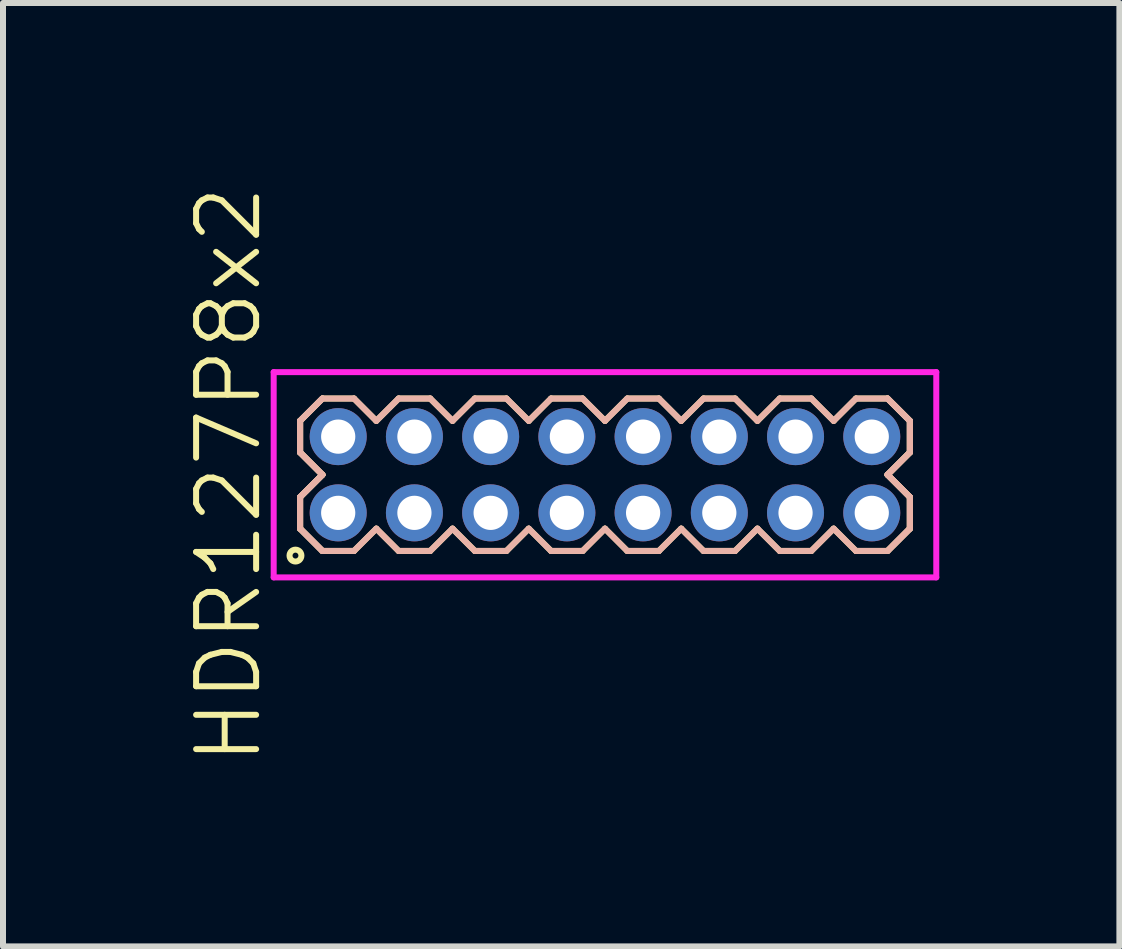
<source format=kicad_pcb>
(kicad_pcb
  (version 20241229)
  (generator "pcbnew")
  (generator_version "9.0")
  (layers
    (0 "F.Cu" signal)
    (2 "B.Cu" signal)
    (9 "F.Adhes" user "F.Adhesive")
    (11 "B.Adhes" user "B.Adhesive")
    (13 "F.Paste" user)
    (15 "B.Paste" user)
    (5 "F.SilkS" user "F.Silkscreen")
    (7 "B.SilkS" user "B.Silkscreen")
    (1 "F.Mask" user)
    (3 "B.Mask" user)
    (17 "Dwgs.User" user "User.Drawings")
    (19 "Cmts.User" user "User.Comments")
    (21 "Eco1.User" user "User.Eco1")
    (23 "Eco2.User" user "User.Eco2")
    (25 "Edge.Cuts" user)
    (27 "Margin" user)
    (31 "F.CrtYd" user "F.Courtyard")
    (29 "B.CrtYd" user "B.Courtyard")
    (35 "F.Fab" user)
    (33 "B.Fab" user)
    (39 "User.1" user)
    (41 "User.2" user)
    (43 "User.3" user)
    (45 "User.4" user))
  (footprint "HDR127P8x2"
    (layer "F.Cu")
    (at 7.03 4.86)
    (property "Reference" "HDR127P8x2" (at -6.27 0 90) (layer "F.SilkS") (effects (font (size 1 1) (thickness 0.1))))
    (attr through_hole)
    (fp_line (start -5.08 -0.898) (end -4.708 -1.27) (stroke (width 0.1) (type solid)) (layer "F.SilkS"))
    (fp_line (start -5.08 -0.898) (end -4.708 -1.27) (stroke (width 0.1) (type solid)) (layer "F.SilkS"))
    (fp_line (start -5.08 -0.372) (end -5.08 -0.898) (stroke (width 0.1) (type solid)) (layer "F.SilkS"))
    (fp_line (start -5.08 -0.372) (end -5.08 -0.898) (stroke (width 0.1) (type solid)) (layer "F.SilkS"))
    (fp_line (start -5.08 0.372) (end -4.708 0) (stroke (width 0.1) (type solid)) (layer "F.SilkS"))
    (fp_line (start -5.08 0.372) (end -4.708 0) (stroke (width 0.1) (type solid)) (layer "F.SilkS"))
    (fp_line (start -5.08 0.898) (end -5.08 0.372) (stroke (width 0.1) (type solid)) (layer "F.SilkS"))
    (fp_line (start -5.08 0.898) (end -5.08 0.372) (stroke (width 0.1) (type solid)) (layer "F.SilkS"))
    (fp_line (start -4.708 -1.27) (end -4.182 -1.27) (stroke (width 0.1) (type solid)) (layer "F.SilkS"))
    (fp_line (start -4.708 0) (end -5.08 -0.372) (stroke (width 0.1) (type solid)) (layer "F.SilkS"))
    (fp_line (start -4.708 0) (end -5.08 -0.372) (stroke (width 0.1) (type solid)) (layer "F.SilkS"))
    (fp_line (start -4.708 1.27) (end -5.08 0.898) (stroke (width 0.1) (type solid)) (layer "F.SilkS"))
    (fp_line (start -4.708 1.27) (end -5.08 0.898) (stroke (width 0.1) (type solid)) (layer "F.SilkS"))
    (fp_line (start -4.182 -1.27) (end -3.81 -0.898) (stroke (width 0.1) (type solid)) (layer "F.SilkS"))
    (fp_line (start -4.182 1.27) (end -4.708 1.27) (stroke (width 0.1) (type solid)) (layer "F.SilkS"))
    (fp_line (start -3.81 -0.898) (end -3.438 -1.27) (stroke (width 0.1) (type solid)) (layer "F.SilkS"))
    (fp_line (start -3.81 0.898) (end -4.182 1.27) (stroke (width 0.1) (type solid)) (layer "F.SilkS"))
    (fp_line (start -3.438 -1.27) (end -2.912 -1.27) (stroke (width 0.1) (type solid)) (layer "F.SilkS"))
    (fp_line (start -3.438 1.27) (end -3.81 0.898) (stroke (width 0.1) (type solid)) (layer "F.SilkS"))
    (fp_line (start -2.912 -1.27) (end -2.54 -0.898) (stroke (width 0.1) (type solid)) (layer "F.SilkS"))
    (fp_line (start -2.912 1.27) (end -3.438 1.27) (stroke (width 0.1) (type solid)) (layer "F.SilkS"))
    (fp_line (start -2.54 -0.898) (end -2.168 -1.27) (stroke (width 0.1) (type solid)) (layer "F.SilkS"))
    (fp_line (start -2.54 0.898) (end -2.912 1.27) (stroke (width 0.1) (type solid)) (layer "F.SilkS"))
    (fp_line (start -2.168 -1.27) (end -1.642 -1.27) (stroke (width 0.1) (type solid)) (layer "F.SilkS"))
    (fp_line (start -2.168 1.27) (end -2.54 0.898) (stroke (width 0.1) (type solid)) (layer "F.SilkS"))
    (fp_line (start -1.642 -1.27) (end -1.27 -0.898) (stroke (width 0.1) (type solid)) (layer "F.SilkS"))
    (fp_line (start -1.642 1.27) (end -2.168 1.27) (stroke (width 0.1) (type solid)) (layer "F.SilkS"))
    (fp_line (start -1.27 -0.898) (end -0.898 -1.27) (stroke (width 0.1) (type solid)) (layer "F.SilkS"))
    (fp_line (start -1.27 0.898) (end -1.642 1.27) (stroke (width 0.1) (type solid)) (layer "F.SilkS"))
    (fp_line (start -0.898 -1.27) (end -0.372 -1.27) (stroke (width 0.1) (type solid)) (layer "F.SilkS"))
    (fp_line (start -0.898 1.27) (end -1.27 0.898) (stroke (width 0.1) (type solid)) (layer "F.SilkS"))
    (fp_line (start -0.372 -1.27) (end 0 -0.898) (stroke (width 0.1) (type solid)) (layer "F.SilkS"))
    (fp_line (start -0.372 1.27) (end -0.898 1.27) (stroke (width 0.1) (type solid)) (layer "F.SilkS"))
    (fp_line (start 0 -0.898) (end 0.372 -1.27) (stroke (width 0.1) (type solid)) (layer "F.SilkS"))
    (fp_line (start 0 0.898) (end -0.372 1.27) (stroke (width 0.1) (type solid)) (layer "F.SilkS"))
    (fp_line (start 0.372 -1.27) (end 0.898 -1.27) (stroke (width 0.1) (type solid)) (layer "F.SilkS"))
    (fp_line (start 0.372 1.27) (end 0 0.898) (stroke (width 0.1) (type solid)) (layer "F.SilkS"))
    (fp_line (start 0.898 -1.27) (end 1.27 -0.898) (stroke (width 0.1) (type solid)) (layer "F.SilkS"))
    (fp_line (start 0.898 1.27) (end 0.372 1.27) (stroke (width 0.1) (type solid)) (layer "F.SilkS"))
    (fp_line (start 1.27 -0.898) (end 1.642 -1.27) (stroke (width 0.1) (type solid)) (layer "F.SilkS"))
    (fp_line (start 1.27 0.898) (end 0.898 1.27) (stroke (width 0.1) (type solid)) (layer "F.SilkS"))
    (fp_line (start 1.642 -1.27) (end 2.168 -1.27) (stroke (width 0.1) (type solid)) (layer "F.SilkS"))
    (fp_line (start 1.642 1.27) (end 1.27 0.898) (stroke (width 0.1) (type solid)) (layer "F.SilkS"))
    (fp_line (start 2.168 -1.27) (end 2.54 -0.898) (stroke (width 0.1) (type solid)) (layer "F.SilkS"))
    (fp_line (start 2.168 1.27) (end 1.642 1.27) (stroke (width 0.1) (type solid)) (layer "F.SilkS"))
    (fp_line (start 2.54 -0.898) (end 2.912 -1.27) (stroke (width 0.1) (type solid)) (layer "F.SilkS"))
    (fp_line (start 2.54 0.898) (end 2.168 1.27) (stroke (width 0.1) (type solid)) (layer "F.SilkS"))
    (fp_line (start 2.912 -1.27) (end 3.438 -1.27) (stroke (width 0.1) (type solid)) (layer "F.SilkS"))
    (fp_line (start 2.912 1.27) (end 2.54 0.898) (stroke (width 0.1) (type solid)) (layer "F.SilkS"))
    (fp_line (start 3.438 -1.27) (end 3.81 -0.898) (stroke (width 0.1) (type solid)) (layer "F.SilkS"))
    (fp_line (start 3.438 1.27) (end 2.912 1.27) (stroke (width 0.1) (type solid)) (layer "F.SilkS"))
    (fp_line (start 3.81 -0.898) (end 4.182 -1.27) (stroke (width 0.1) (type solid)) (layer "F.SilkS"))
    (fp_line (start 3.81 0.898) (end 3.438 1.27) (stroke (width 0.1) (type solid)) (layer "F.SilkS"))
    (fp_line (start 4.182 -1.27) (end 4.708 -1.27) (stroke (width 0.1) (type solid)) (layer "F.SilkS"))
    (fp_line (start 4.182 1.27) (end 3.81 0.898) (stroke (width 0.1) (type solid)) (layer "F.SilkS"))
    (fp_line (start 4.708 -1.27) (end 5.08 -0.898) (stroke (width 0.1) (type solid)) (layer "F.SilkS"))
    (fp_line (start 4.708 -1.27) (end 5.08 -0.898) (stroke (width 0.1) (type solid)) (layer "F.SilkS"))
    (fp_line (start 4.708 0) (end 5.08 0.372) (stroke (width 0.1) (type solid)) (layer "F.SilkS"))
    (fp_line (start 4.708 0) (end 5.08 0.372) (stroke (width 0.1) (type solid)) (layer "F.SilkS"))
    (fp_line (start 4.708 1.27) (end 4.182 1.27) (stroke (width 0.1) (type solid)) (layer "F.SilkS"))
    (fp_line (start 5.08 -0.898) (end 5.08 -0.372) (stroke (width 0.1) (type solid)) (layer "F.SilkS"))
    (fp_line (start 5.08 -0.898) (end 5.08 -0.372) (stroke (width 0.1) (type solid)) (layer "F.SilkS"))
    (fp_line (start 5.08 -0.372) (end 4.708 0) (stroke (width 0.1) (type solid)) (layer "F.SilkS"))
    (fp_line (start 5.08 -0.372) (end 4.708 0) (stroke (width 0.1) (type solid)) (layer "F.SilkS"))
    (fp_line (start 5.08 0.372) (end 5.08 0.898) (stroke (width 0.1) (type solid)) (layer "F.SilkS"))
    (fp_line (start 5.08 0.372) (end 5.08 0.898) (stroke (width 0.1) (type solid)) (layer "F.SilkS"))
    (fp_line (start 5.08 0.898) (end 4.708 1.27) (stroke (width 0.1) (type solid)) (layer "F.SilkS"))
    (fp_line (start 5.08 0.898) (end 4.708 1.27) (stroke (width 0.1) (type solid)) (layer "F.SilkS"))
    (fp_circle (center -5.157 1.347) (end -5.058 1.347) (stroke (width 0.1) (type solid)) (fill no) (layer "F.SilkS"))
    (fp_line (start -5.08 -0.898) (end -4.708 -1.27) (stroke (width 0.1) (type solid)) (layer "B.SilkS"))
    (fp_line (start -5.08 -0.898) (end -4.708 -1.27) (stroke (width 0.1) (type solid)) (layer "B.SilkS"))
    (fp_line (start -5.08 -0.372) (end -5.08 -0.898) (stroke (width 0.1) (type solid)) (layer "B.SilkS"))
    (fp_line (start -5.08 -0.372) (end -5.08 -0.898) (stroke (width 0.1) (type solid)) (layer "B.SilkS"))
    (fp_line (start -5.08 0.372) (end -4.708 0) (stroke (width 0.1) (type solid)) (layer "B.SilkS"))
    (fp_line (start -5.08 0.372) (end -4.708 0) (stroke (width 0.1) (type solid)) (layer "B.SilkS"))
    (fp_line (start -5.08 0.898) (end -5.08 0.372) (stroke (width 0.1) (type solid)) (layer "B.SilkS"))
    (fp_line (start -5.08 0.898) (end -5.08 0.372) (stroke (width 0.1) (type solid)) (layer "B.SilkS"))
    (fp_line (start -4.708 -1.27) (end -4.182 -1.27) (stroke (width 0.1) (type solid)) (layer "B.SilkS"))
    (fp_line (start -4.708 0) (end -5.08 -0.372) (stroke (width 0.1) (type solid)) (layer "B.SilkS"))
    (fp_line (start -4.708 0) (end -5.08 -0.372) (stroke (width 0.1) (type solid)) (layer "B.SilkS"))
    (fp_line (start -4.708 1.27) (end -5.08 0.898) (stroke (width 0.1) (type solid)) (layer "B.SilkS"))
    (fp_line (start -4.708 1.27) (end -5.08 0.898) (stroke (width 0.1) (type solid)) (layer "B.SilkS"))
    (fp_line (start -4.182 -1.27) (end -3.81 -0.898) (stroke (width 0.1) (type solid)) (layer "B.SilkS"))
    (fp_line (start -4.182 1.27) (end -4.708 1.27) (stroke (width 0.1) (type solid)) (layer "B.SilkS"))
    (fp_line (start -3.81 -0.898) (end -3.438 -1.27) (stroke (width 0.1) (type solid)) (layer "B.SilkS"))
    (fp_line (start -3.81 0.898) (end -4.182 1.27) (stroke (width 0.1) (type solid)) (layer "B.SilkS"))
    (fp_line (start -3.438 -1.27) (end -2.912 -1.27) (stroke (width 0.1) (type solid)) (layer "B.SilkS"))
    (fp_line (start -3.438 1.27) (end -3.81 0.898) (stroke (width 0.1) (type solid)) (layer "B.SilkS"))
    (fp_line (start -2.912 -1.27) (end -2.54 -0.898) (stroke (width 0.1) (type solid)) (layer "B.SilkS"))
    (fp_line (start -2.912 1.27) (end -3.438 1.27) (stroke (width 0.1) (type solid)) (layer "B.SilkS"))
    (fp_line (start -2.54 -0.898) (end -2.168 -1.27) (stroke (width 0.1) (type solid)) (layer "B.SilkS"))
    (fp_line (start -2.54 0.898) (end -2.912 1.27) (stroke (width 0.1) (type solid)) (layer "B.SilkS"))
    (fp_line (start -2.168 -1.27) (end -1.642 -1.27) (stroke (width 0.1) (type solid)) (layer "B.SilkS"))
    (fp_line (start -2.168 1.27) (end -2.54 0.898) (stroke (width 0.1) (type solid)) (layer "B.SilkS"))
    (fp_line (start -1.642 -1.27) (end -1.27 -0.898) (stroke (width 0.1) (type solid)) (layer "B.SilkS"))
    (fp_line (start -1.642 1.27) (end -2.168 1.27) (stroke (width 0.1) (type solid)) (layer "B.SilkS"))
    (fp_line (start -1.27 -0.898) (end -0.898 -1.27) (stroke (width 0.1) (type solid)) (layer "B.SilkS"))
    (fp_line (start -1.27 0.898) (end -1.642 1.27) (stroke (width 0.1) (type solid)) (layer "B.SilkS"))
    (fp_line (start -0.898 -1.27) (end -0.372 -1.27) (stroke (width 0.1) (type solid)) (layer "B.SilkS"))
    (fp_line (start -0.898 1.27) (end -1.27 0.898) (stroke (width 0.1) (type solid)) (layer "B.SilkS"))
    (fp_line (start -0.372 -1.27) (end 0 -0.898) (stroke (width 0.1) (type solid)) (layer "B.SilkS"))
    (fp_line (start -0.372 1.27) (end -0.898 1.27) (stroke (width 0.1) (type solid)) (layer "B.SilkS"))
    (fp_line (start 0 -0.898) (end 0.372 -1.27) (stroke (width 0.1) (type solid)) (layer "B.SilkS"))
    (fp_line (start 0 0.898) (end -0.372 1.27) (stroke (width 0.1) (type solid)) (layer "B.SilkS"))
    (fp_line (start 0.372 -1.27) (end 0.898 -1.27) (stroke (width 0.1) (type solid)) (layer "B.SilkS"))
    (fp_line (start 0.372 1.27) (end 0 0.898) (stroke (width 0.1) (type solid)) (layer "B.SilkS"))
    (fp_line (start 0.898 -1.27) (end 1.27 -0.898) (stroke (width 0.1) (type solid)) (layer "B.SilkS"))
    (fp_line (start 0.898 1.27) (end 0.372 1.27) (stroke (width 0.1) (type solid)) (layer "B.SilkS"))
    (fp_line (start 1.27 -0.898) (end 1.642 -1.27) (stroke (width 0.1) (type solid)) (layer "B.SilkS"))
    (fp_line (start 1.27 0.898) (end 0.898 1.27) (stroke (width 0.1) (type solid)) (layer "B.SilkS"))
    (fp_line (start 1.642 -1.27) (end 2.168 -1.27) (stroke (width 0.1) (type solid)) (layer "B.SilkS"))
    (fp_line (start 1.642 1.27) (end 1.27 0.898) (stroke (width 0.1) (type solid)) (layer "B.SilkS"))
    (fp_line (start 2.168 -1.27) (end 2.54 -0.898) (stroke (width 0.1) (type solid)) (layer "B.SilkS"))
    (fp_line (start 2.168 1.27) (end 1.642 1.27) (stroke (width 0.1) (type solid)) (layer "B.SilkS"))
    (fp_line (start 2.54 -0.898) (end 2.912 -1.27) (stroke (width 0.1) (type solid)) (layer "B.SilkS"))
    (fp_line (start 2.54 0.898) (end 2.168 1.27) (stroke (width 0.1) (type solid)) (layer "B.SilkS"))
    (fp_line (start 2.912 -1.27) (end 3.438 -1.27) (stroke (width 0.1) (type solid)) (layer "B.SilkS"))
    (fp_line (start 2.912 1.27) (end 2.54 0.898) (stroke (width 0.1) (type solid)) (layer "B.SilkS"))
    (fp_line (start 3.438 -1.27) (end 3.81 -0.898) (stroke (width 0.1) (type solid)) (layer "B.SilkS"))
    (fp_line (start 3.438 1.27) (end 2.912 1.27) (stroke (width 0.1) (type solid)) (layer "B.SilkS"))
    (fp_line (start 3.81 -0.898) (end 4.182 -1.27) (stroke (width 0.1) (type solid)) (layer "B.SilkS"))
    (fp_line (start 3.81 0.898) (end 3.438 1.27) (stroke (width 0.1) (type solid)) (layer "B.SilkS"))
    (fp_line (start 4.182 -1.27) (end 4.708 -1.27) (stroke (width 0.1) (type solid)) (layer "B.SilkS"))
    (fp_line (start 4.182 1.27) (end 3.81 0.898) (stroke (width 0.1) (type solid)) (layer "B.SilkS"))
    (fp_line (start 4.708 -1.27) (end 5.08 -0.898) (stroke (width 0.1) (type solid)) (layer "B.SilkS"))
    (fp_line (start 4.708 -1.27) (end 5.08 -0.898) (stroke (width 0.1) (type solid)) (layer "B.SilkS"))
    (fp_line (start 4.708 0) (end 5.08 0.372) (stroke (width 0.1) (type solid)) (layer "B.SilkS"))
    (fp_line (start 4.708 0) (end 5.08 0.372) (stroke (width 0.1) (type solid)) (layer "B.SilkS"))
    (fp_line (start 4.708 1.27) (end 4.182 1.27) (stroke (width 0.1) (type solid)) (layer "B.SilkS"))
    (fp_line (start 5.08 -0.898) (end 5.08 -0.372) (stroke (width 0.1) (type solid)) (layer "B.SilkS"))
    (fp_line (start 5.08 -0.898) (end 5.08 -0.372) (stroke (width 0.1) (type solid)) (layer "B.SilkS"))
    (fp_line (start 5.08 -0.372) (end 4.708 0) (stroke (width 0.1) (type solid)) (layer "B.SilkS"))
    (fp_line (start 5.08 -0.372) (end 4.708 0) (stroke (width 0.1) (type solid)) (layer "B.SilkS"))
    (fp_line (start 5.08 0.372) (end 5.08 0.898) (stroke (width 0.1) (type solid)) (layer "B.SilkS"))
    (fp_line (start 5.08 0.372) (end 5.08 0.898) (stroke (width 0.1) (type solid)) (layer "B.SilkS"))
    (fp_line (start 5.08 0.898) (end 4.708 1.27) (stroke (width 0.1) (type solid)) (layer "B.SilkS"))
    (fp_line (start 5.08 0.898) (end 4.708 1.27) (stroke (width 0.1) (type solid)) (layer "B.SilkS"))
    (fp_line (start -5.52 -1.71) (end -5.52 1.71) (stroke (width 0.1) (type solid)) (layer "F.CrtYd"))
    (fp_line (start -5.52 1.71) (end 5.52 1.71) (stroke (width 0.1) (type solid)) (layer "F.CrtYd"))
    (fp_line (start 5.52 -1.71) (end -5.52 -1.71) (stroke (width 0.1) (type solid)) (layer "F.CrtYd"))
    (fp_line (start 5.52 1.71) (end 5.52 -1.71) (stroke (width 0.1) (type solid)) (layer "F.CrtYd"))
    (pad "1" thru_hole oval (at -4.445 0.635) (size 0.95 0.95) (drill 0.57) (layers "*.Cu" "*.Mask"))
    (pad "2" thru_hole oval (at -4.445 -0.635) (size 0.95 0.95) (drill 0.57) (layers "*.Cu" "*.Mask"))
    (pad "3" thru_hole oval (at -3.175 0.635) (size 0.95 0.95) (drill 0.57) (layers "*.Cu" "*.Mask"))
    (pad "4" thru_hole oval (at -3.175 -0.635) (size 0.95 0.95) (drill 0.57) (layers "*.Cu" "*.Mask"))
    (pad "5" thru_hole oval (at -1.905 0.635) (size 0.95 0.95) (drill 0.57) (layers "*.Cu" "*.Mask"))
    (pad "6" thru_hole oval (at -1.905 -0.635) (size 0.95 0.95) (drill 0.57) (layers "*.Cu" "*.Mask"))
    (pad "7" thru_hole oval (at -0.635 0.635) (size 0.95 0.95) (drill 0.57) (layers "*.Cu" "*.Mask"))
    (pad "8" thru_hole oval (at -0.635 -0.635) (size 0.95 0.95) (drill 0.57) (layers "*.Cu" "*.Mask"))
    (pad "9" thru_hole oval (at 0.635 0.635) (size 0.95 0.95) (drill 0.57) (layers "*.Cu" "*.Mask"))
    (pad "10" thru_hole oval (at 0.635 -0.635) (size 0.95 0.95) (drill 0.57) (layers "*.Cu" "*.Mask"))
    (pad "11" thru_hole oval (at 1.905 0.635) (size 0.95 0.95) (drill 0.57) (layers "*.Cu" "*.Mask"))
    (pad "12" thru_hole oval (at 1.905 -0.635) (size 0.95 0.95) (drill 0.57) (layers "*.Cu" "*.Mask"))
    (pad "13" thru_hole oval (at 3.175 0.635) (size 0.95 0.95) (drill 0.57) (layers "*.Cu" "*.Mask"))
    (pad "14" thru_hole oval (at 3.175 -0.635) (size 0.95 0.95) (drill 0.57) (layers "*.Cu" "*.Mask"))
    (pad "15" thru_hole oval (at 4.445 0.635) (size 0.95 0.95) (drill 0.57) (layers "*.Cu" "*.Mask"))
    (pad "16" thru_hole oval (at 4.445 -0.635) (size 0.95 0.95) (drill 0.57) (layers "*.Cu" "*.Mask")))
  (gr_rect
    (start -3 -3)
    (end 15.601 12.719)
    (stroke (width 0.1) (type default))
    (fill no)
    (layer "Edge.Cuts")))
</source>
